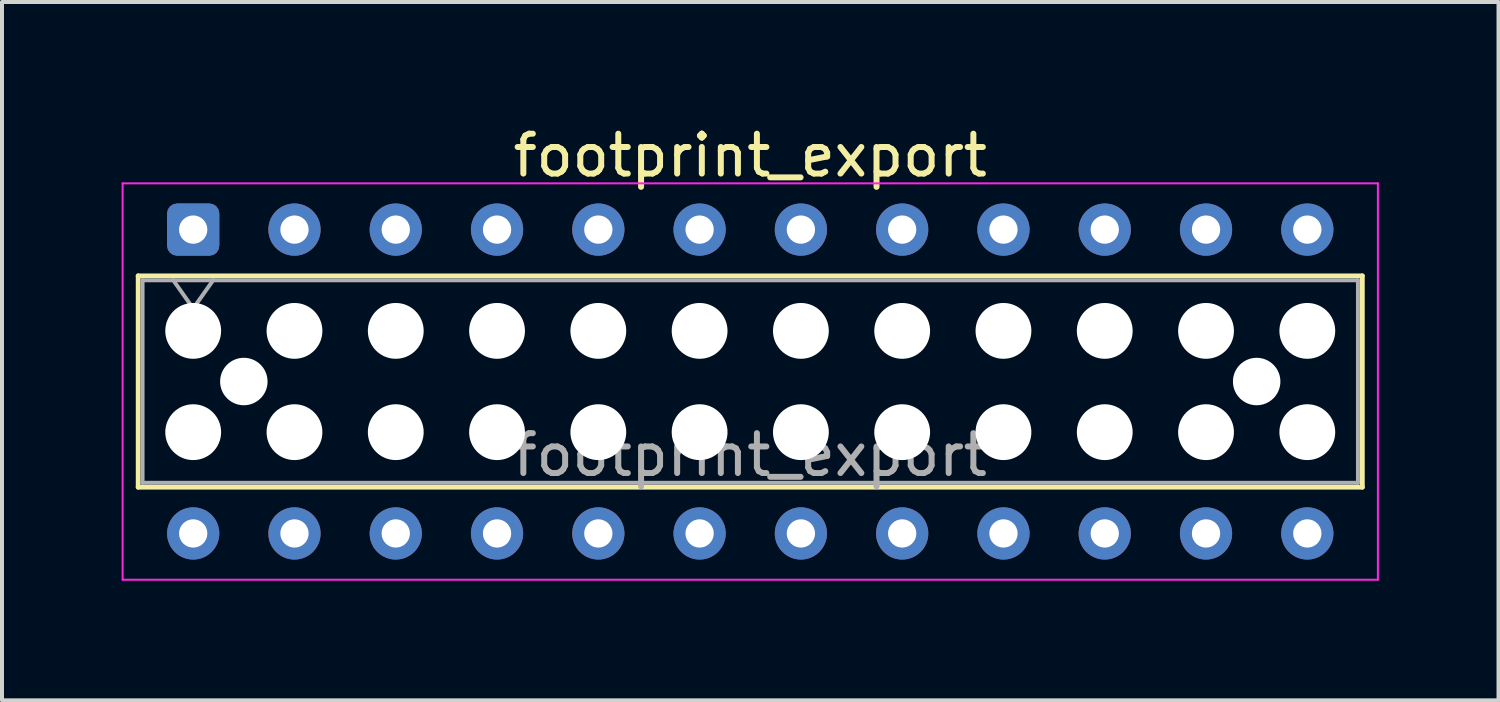
<source format=kicad_pcb>
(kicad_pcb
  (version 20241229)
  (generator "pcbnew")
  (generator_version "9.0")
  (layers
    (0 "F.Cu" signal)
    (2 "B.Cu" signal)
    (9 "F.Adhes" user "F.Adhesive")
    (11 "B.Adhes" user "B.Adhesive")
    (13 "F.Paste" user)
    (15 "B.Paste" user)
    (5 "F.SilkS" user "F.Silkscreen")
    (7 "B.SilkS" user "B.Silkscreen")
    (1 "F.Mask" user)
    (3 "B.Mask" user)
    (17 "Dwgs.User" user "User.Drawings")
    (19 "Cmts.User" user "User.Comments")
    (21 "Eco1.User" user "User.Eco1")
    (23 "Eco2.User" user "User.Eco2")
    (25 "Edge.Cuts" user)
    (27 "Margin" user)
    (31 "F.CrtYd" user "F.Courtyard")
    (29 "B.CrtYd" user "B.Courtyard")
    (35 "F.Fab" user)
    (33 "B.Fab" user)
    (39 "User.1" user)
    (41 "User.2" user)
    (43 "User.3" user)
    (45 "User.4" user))
  (footprint "footprint_export"
    (layer "F.Cu")
    (at 1.795 2.708)
    (property "Reference" "footprint_export" (at 13.97 -1.86 0) (layer "F.SilkS") (effects (font (size 1 1) (thickness 0.15))))
    (attr through_hole)
    (fp_line (start -1.38 1.16) (end 29.32 1.16) (stroke (width 0.12) (type solid)) (layer "F.SilkS"))
    (fp_line (start -1.38 6.46) (end -1.38 1.16) (stroke (width 0.12) (type solid)) (layer "F.SilkS"))
    (fp_line (start 29.32 1.16) (end 29.32 6.46) (stroke (width 0.12) (type solid)) (layer "F.SilkS"))
    (fp_line (start 29.32 6.46) (end -1.38 6.46) (stroke (width 0.12) (type solid)) (layer "F.SilkS"))
    (fp_line (start -1.77 -1.16) (end 29.71 -1.16) (stroke (width 0.05) (type solid)) (layer "F.CrtYd"))
    (fp_line (start -1.77 8.78) (end -1.77 -1.16) (stroke (width 0.05) (type solid)) (layer "F.CrtYd"))
    (fp_line (start 29.71 -1.16) (end 29.71 8.78) (stroke (width 0.05) (type solid)) (layer "F.CrtYd"))
    (fp_line (start 29.71 8.78) (end -1.77 8.78) (stroke (width 0.05) (type solid)) (layer "F.CrtYd"))
    (fp_line (start -1.27 1.27) (end 29.21 1.27) (stroke (width 0.1) (type solid)) (layer "F.Fab"))
    (fp_line (start -1.27 6.35) (end -1.27 1.27) (stroke (width 0.1) (type solid)) (layer "F.Fab"))
    (fp_line (start -0.5 1.27) (end 0 1.977) (stroke (width 0.1) (type solid)) (layer "F.Fab"))
    (fp_line (start 0 1.977) (end 0.5 1.27) (stroke (width 0.1) (type solid)) (layer "F.Fab"))
    (fp_line (start 29.21 1.27) (end 29.21 6.35) (stroke (width 0.1) (type solid)) (layer "F.Fab"))
    (fp_line (start 29.21 6.35) (end -1.27 6.35) (stroke (width 0.1) (type solid)) (layer "F.Fab"))
    (fp_text user "${REFERENCE}" (at 13.97 5.65 0) (layer "F.Fab") (effects (font (size 1 1) (thickness 0.15))))
    (pad "" np_thru_hole circle (at 0 2.54) (size 1.4 1.4) (drill 1.4) (layers "*.Cu" "*.Mask"))
    (pad "" np_thru_hole circle (at 0 5.08) (size 1.4 1.4) (drill 1.4) (layers "*.Cu" "*.Mask"))
    (pad "" np_thru_hole circle (at 1.27 3.81) (size 1.19 1.19) (drill 1.19) (layers "*.Cu" "*.Mask"))
    (pad "" np_thru_hole circle (at 2.54 2.54) (size 1.4 1.4) (drill 1.4) (layers "*.Cu" "*.Mask"))
    (pad "" np_thru_hole circle (at 2.54 5.08) (size 1.4 1.4) (drill 1.4) (layers "*.Cu" "*.Mask"))
    (pad "" np_thru_hole circle (at 5.08 2.54) (size 1.4 1.4) (drill 1.4) (layers "*.Cu" "*.Mask"))
    (pad "" np_thru_hole circle (at 5.08 5.08) (size 1.4 1.4) (drill 1.4) (layers "*.Cu" "*.Mask"))
    (pad "" np_thru_hole circle (at 7.62 2.54) (size 1.4 1.4) (drill 1.4) (layers "*.Cu" "*.Mask"))
    (pad "" np_thru_hole circle (at 7.62 5.08) (size 1.4 1.4) (drill 1.4) (layers "*.Cu" "*.Mask"))
    (pad "" np_thru_hole circle (at 10.16 2.54) (size 1.4 1.4) (drill 1.4) (layers "*.Cu" "*.Mask"))
    (pad "" np_thru_hole circle (at 10.16 5.08) (size 1.4 1.4) (drill 1.4) (layers "*.Cu" "*.Mask"))
    (pad "" np_thru_hole circle (at 12.7 2.54) (size 1.4 1.4) (drill 1.4) (layers "*.Cu" "*.Mask"))
    (pad "" np_thru_hole circle (at 12.7 5.08) (size 1.4 1.4) (drill 1.4) (layers "*.Cu" "*.Mask"))
    (pad "" np_thru_hole circle (at 15.24 2.54) (size 1.4 1.4) (drill 1.4) (layers "*.Cu" "*.Mask"))
    (pad "" np_thru_hole circle (at 15.24 5.08) (size 1.4 1.4) (drill 1.4) (layers "*.Cu" "*.Mask"))
    (pad "" np_thru_hole circle (at 17.78 2.54) (size 1.4 1.4) (drill 1.4) (layers "*.Cu" "*.Mask"))
    (pad "" np_thru_hole circle (at 17.78 5.08) (size 1.4 1.4) (drill 1.4) (layers "*.Cu" "*.Mask"))
    (pad "" np_thru_hole circle (at 20.32 2.54) (size 1.4 1.4) (drill 1.4) (layers "*.Cu" "*.Mask"))
    (pad "" np_thru_hole circle (at 20.32 5.08) (size 1.4 1.4) (drill 1.4) (layers "*.Cu" "*.Mask"))
    (pad "" np_thru_hole circle (at 22.86 2.54) (size 1.4 1.4) (drill 1.4) (layers "*.Cu" "*.Mask"))
    (pad "" np_thru_hole circle (at 22.86 5.08) (size 1.4 1.4) (drill 1.4) (layers "*.Cu" "*.Mask"))
    (pad "" np_thru_hole circle (at 25.4 2.54) (size 1.4 1.4) (drill 1.4) (layers "*.Cu" "*.Mask"))
    (pad "" np_thru_hole circle (at 25.4 5.08) (size 1.4 1.4) (drill 1.4) (layers "*.Cu" "*.Mask"))
    (pad "" np_thru_hole circle (at 26.67 3.81) (size 1.19 1.19) (drill 1.19) (layers "*.Cu" "*.Mask"))
    (pad "" np_thru_hole circle (at 27.94 2.54) (size 1.4 1.4) (drill 1.4) (layers "*.Cu" "*.Mask"))
    (pad "" np_thru_hole circle (at 27.94 5.08) (size 1.4 1.4) (drill 1.4) (layers "*.Cu" "*.Mask"))
    (pad "1" thru_hole roundrect (at 0 0) (size 1.31 1.31) (drill 0.71) (layers "*.Cu" "*.Mask") (roundrect_rratio 0.191))
    (pad "2" thru_hole circle (at 0 7.62) (size 1.31 1.31) (drill 0.71) (layers "*.Cu" "*.Mask"))
    (pad "3" thru_hole circle (at 2.54 0) (size 1.31 1.31) (drill 0.71) (layers "*.Cu" "*.Mask"))
    (pad "4" thru_hole circle (at 2.54 7.62) (size 1.31 1.31) (drill 0.71) (layers "*.Cu" "*.Mask"))
    (pad "5" thru_hole circle (at 5.08 0) (size 1.31 1.31) (drill 0.71) (layers "*.Cu" "*.Mask"))
    (pad "6" thru_hole circle (at 5.08 7.62) (size 1.31 1.31) (drill 0.71) (layers "*.Cu" "*.Mask"))
    (pad "7" thru_hole circle (at 7.62 0) (size 1.31 1.31) (drill 0.71) (layers "*.Cu" "*.Mask"))
    (pad "8" thru_hole circle (at 7.62 7.62) (size 1.31 1.31) (drill 0.71) (layers "*.Cu" "*.Mask"))
    (pad "9" thru_hole circle (at 10.16 0) (size 1.31 1.31) (drill 0.71) (layers "*.Cu" "*.Mask"))
    (pad "10" thru_hole circle (at 10.16 7.62) (size 1.31 1.31) (drill 0.71) (layers "*.Cu" "*.Mask"))
    (pad "11" thru_hole circle (at 12.7 0) (size 1.31 1.31) (drill 0.71) (layers "*.Cu" "*.Mask"))
    (pad "12" thru_hole circle (at 12.7 7.62) (size 1.31 1.31) (drill 0.71) (layers "*.Cu" "*.Mask"))
    (pad "13" thru_hole circle (at 15.24 0) (size 1.31 1.31) (drill 0.71) (layers "*.Cu" "*.Mask"))
    (pad "14" thru_hole circle (at 15.24 7.62) (size 1.31 1.31) (drill 0.71) (layers "*.Cu" "*.Mask"))
    (pad "15" thru_hole circle (at 17.78 0) (size 1.31 1.31) (drill 0.71) (layers "*.Cu" "*.Mask"))
    (pad "16" thru_hole circle (at 17.78 7.62) (size 1.31 1.31) (drill 0.71) (layers "*.Cu" "*.Mask"))
    (pad "17" thru_hole circle (at 20.32 0) (size 1.31 1.31) (drill 0.71) (layers "*.Cu" "*.Mask"))
    (pad "18" thru_hole circle (at 20.32 7.62) (size 1.31 1.31) (drill 0.71) (layers "*.Cu" "*.Mask"))
    (pad "19" thru_hole circle (at 22.86 0) (size 1.31 1.31) (drill 0.71) (layers "*.Cu" "*.Mask"))
    (pad "20" thru_hole circle (at 22.86 7.62) (size 1.31 1.31) (drill 0.71) (layers "*.Cu" "*.Mask"))
    (pad "21" thru_hole circle (at 25.4 0) (size 1.31 1.31) (drill 0.71) (layers "*.Cu" "*.Mask"))
    (pad "22" thru_hole circle (at 25.4 7.62) (size 1.31 1.31) (drill 0.71) (layers "*.Cu" "*.Mask"))
    (pad "23" thru_hole circle (at 27.94 0) (size 1.31 1.31) (drill 0.71) (layers "*.Cu" "*.Mask"))
    (pad "24" thru_hole circle (at 27.94 7.62) (size 1.31 1.31) (drill 0.71) (layers "*.Cu" "*.Mask")))
  (gr_rect
    (start -3 -3)
    (end 34.53 14.513)
    (stroke (width 0.1) (type default))
    (fill no)
    (layer "Edge.Cuts")))
</source>
